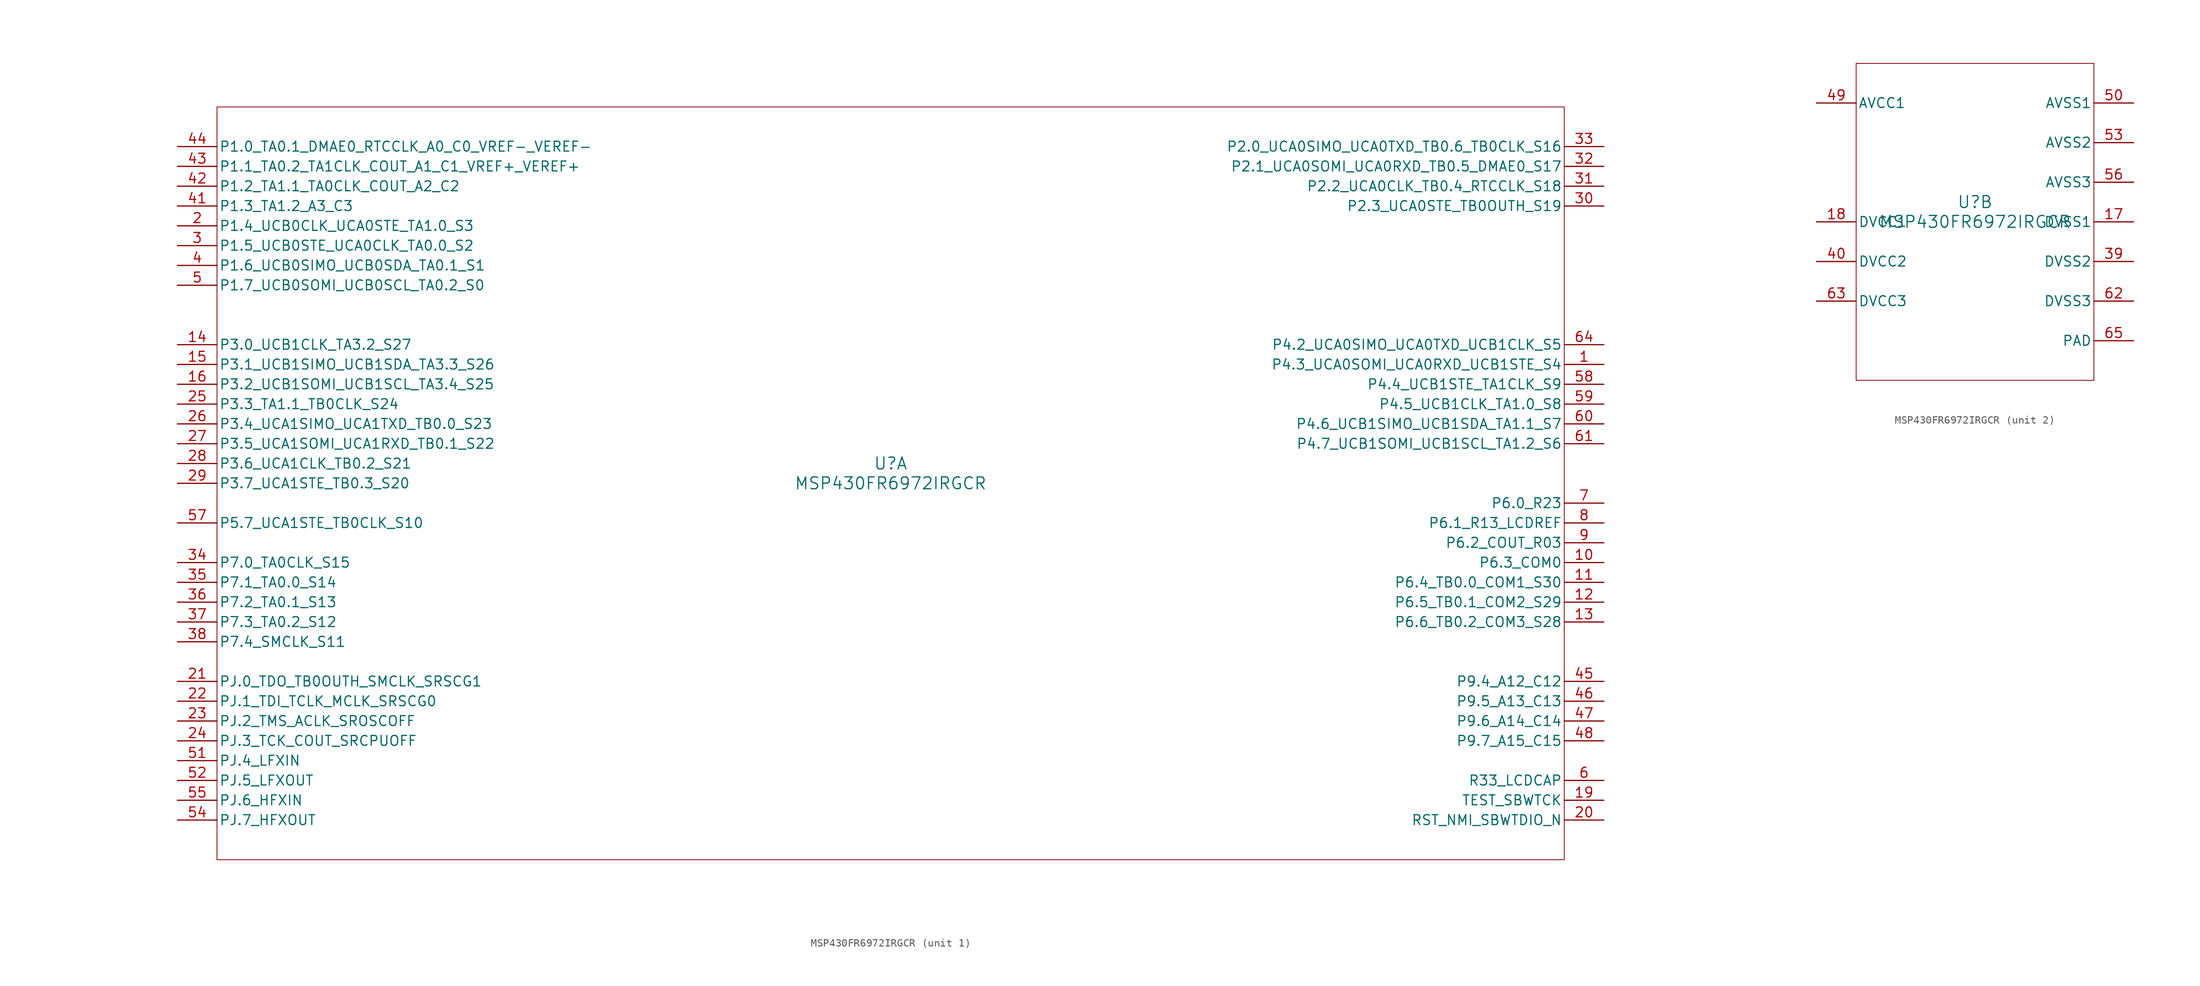
<source format=kicad_sym>
(kicad_symbol_lib
  (version 20211014)
  (generator kicad_symbol_editor)
  (symbol "MSP430FR6972IRGCR"
    (pin_names
      (offset 0.254))
    (property "Reference" "U"
      (at 0 2.54 0)
      (effects (font (size 1.524 1.524))))
    (property "Value" "MSP430FR6972IRGCR"
      (at 0 0 0)
      (effects (font (size 1.524 1.524))))
    (symbol "MSP430FR6972IRGCR_1_1"
      (polyline (pts (xy -86.36 -48.26) (xy 86.36 -48.26)) (stroke (width 0.102) (type default) (color 0 0 0 0)) (fill (type none)))
      (polyline (pts (xy 86.36 -48.26) (xy 86.36 48.26)) (stroke (width 0.102) (type default) (color 0 0 0 0)) (fill (type none)))
      (polyline (pts (xy 86.36 48.26) (xy -86.36 48.26)) (stroke (width 0.102) (type default) (color 0 0 0 0)) (fill (type none)))
      (polyline (pts (xy -86.36 48.26) (xy -86.36 -48.26)) (stroke (width 0.102) (type default) (color 0 0 0 0)) (fill (type none)))
      (pin bidirectional line (at 91.44 15.24 180) (length 5.08) (name "P4.3_UCA0SOMI_UCA0RXD_UCB1STE_S4" (effects (font (size 1.27 1.27)))) (number "1" (effects (font (size 1.27 1.27)))))
      (pin bidirectional line (at -91.44 33.02 0) (length 5.08) (name "P1.4_UCB0CLK_UCA0STE_TA1.0_S3" (effects (font (size 1.27 1.27)))) (number "2" (effects (font (size 1.27 1.27)))))
      (pin bidirectional line (at -91.44 30.48 0) (length 5.08) (name "P1.5_UCB0STE_UCA0CLK_TA0.0_S2" (effects (font (size 1.27 1.27)))) (number "3" (effects (font (size 1.27 1.27)))))
      (pin bidirectional line (at -91.44 27.94 0) (length 5.08) (name "P1.6_UCB0SIMO_UCB0SDA_TA0.1_S1" (effects (font (size 1.27 1.27)))) (number "4" (effects (font (size 1.27 1.27)))))
      (pin bidirectional line (at -91.44 25.4 0) (length 5.08) (name "P1.7_UCB0SOMI_UCB0SCL_TA0.2_S0" (effects (font (size 1.27 1.27)))) (number "5" (effects (font (size 1.27 1.27)))))
      (pin bidirectional line (at 91.44 -38.1 180) (length 5.08) (name "R33_LCDCAP" (effects (font (size 1.27 1.27)))) (number "6" (effects (font (size 1.27 1.27)))))
      (pin bidirectional line (at 91.44 -2.54 180) (length 5.08) (name "P6.0_R23" (effects (font (size 1.27 1.27)))) (number "7" (effects (font (size 1.27 1.27)))))
      (pin bidirectional line (at 91.44 -5.08 180) (length 5.08) (name "P6.1_R13_LCDREF" (effects (font (size 1.27 1.27)))) (number "8" (effects (font (size 1.27 1.27)))))
      (pin bidirectional line (at 91.44 -7.62 180) (length 5.08) (name "P6.2_COUT_R03" (effects (font (size 1.27 1.27)))) (number "9" (effects (font (size 1.27 1.27)))))
      (pin bidirectional line (at 91.44 -10.16 180) (length 5.08) (name "P6.3_COM0" (effects (font (size 1.27 1.27)))) (number "10" (effects (font (size 1.27 1.27)))))
      (pin bidirectional line (at 91.44 -12.7 180) (length 5.08) (name "P6.4_TB0.0_COM1_S30" (effects (font (size 1.27 1.27)))) (number "11" (effects (font (size 1.27 1.27)))))
      (pin bidirectional line (at 91.44 -15.24 180) (length 5.08) (name "P6.5_TB0.1_COM2_S29" (effects (font (size 1.27 1.27)))) (number "12" (effects (font (size 1.27 1.27)))))
      (pin bidirectional line (at 91.44 -17.78 180) (length 5.08) (name "P6.6_TB0.2_COM3_S28" (effects (font (size 1.27 1.27)))) (number "13" (effects (font (size 1.27 1.27)))))
      (pin bidirectional line (at -91.44 17.78 0) (length 5.08) (name "P3.0_UCB1CLK_TA3.2_S27" (effects (font (size 1.27 1.27)))) (number "14" (effects (font (size 1.27 1.27)))))
      (pin bidirectional line (at -91.44 15.24 0) (length 5.08) (name "P3.1_UCB1SIMO_UCB1SDA_TA3.3_S26" (effects (font (size 1.27 1.27)))) (number "15" (effects (font (size 1.27 1.27)))))
      (pin bidirectional line (at -91.44 12.7 0) (length 5.08) (name "P3.2_UCB1SOMI_UCB1SCL_TA3.4_S25" (effects (font (size 1.27 1.27)))) (number "16" (effects (font (size 1.27 1.27)))))
      (pin input line (at 91.44 -40.64 180) (length 5.08) (name "TEST_SBWTCK" (effects (font (size 1.27 1.27)))) (number "19" (effects (font (size 1.27 1.27)))))
      (pin bidirectional line (at 91.44 -43.18 180) (length 5.08) (name "RST_NMI_SBWTDIO_N" (effects (font (size 1.27 1.27)))) (number "20" (effects (font (size 1.27 1.27)))))
      (pin bidirectional line (at -91.44 -25.4 0) (length 5.08) (name "PJ.0_TDO_TB0OUTH_SMCLK_SRSCG1" (effects (font (size 1.27 1.27)))) (number "21" (effects (font (size 1.27 1.27)))))
      (pin bidirectional line (at -91.44 -27.94 0) (length 5.08) (name "PJ.1_TDI_TCLK_MCLK_SRSCG0" (effects (font (size 1.27 1.27)))) (number "22" (effects (font (size 1.27 1.27)))))
      (pin bidirectional line (at -91.44 -30.48 0) (length 5.08) (name "PJ.2_TMS_ACLK_SROSCOFF" (effects (font (size 1.27 1.27)))) (number "23" (effects (font (size 1.27 1.27)))))
      (pin bidirectional line (at -91.44 -33.02 0) (length 5.08) (name "PJ.3_TCK_COUT_SRCPUOFF" (effects (font (size 1.27 1.27)))) (number "24" (effects (font (size 1.27 1.27)))))
      (pin bidirectional line (at -91.44 10.16 0) (length 5.08) (name "P3.3_TA1.1_TB0CLK_S24" (effects (font (size 1.27 1.27)))) (number "25" (effects (font (size 1.27 1.27)))))
      (pin bidirectional line (at -91.44 7.62 0) (length 5.08) (name "P3.4_UCA1SIMO_UCA1TXD_TB0.0_S23" (effects (font (size 1.27 1.27)))) (number "26" (effects (font (size 1.27 1.27)))))
      (pin bidirectional line (at -91.44 5.08 0) (length 5.08) (name "P3.5_UCA1SOMI_UCA1RXD_TB0.1_S22" (effects (font (size 1.27 1.27)))) (number "27" (effects (font (size 1.27 1.27)))))
      (pin bidirectional line (at -91.44 2.54 0) (length 5.08) (name "P3.6_UCA1CLK_TB0.2_S21" (effects (font (size 1.27 1.27)))) (number "28" (effects (font (size 1.27 1.27)))))
      (pin bidirectional line (at -91.44 0 0) (length 5.08) (name "P3.7_UCA1STE_TB0.3_S20" (effects (font (size 1.27 1.27)))) (number "29" (effects (font (size 1.27 1.27)))))
      (pin bidirectional line (at 91.44 35.56 180) (length 5.08) (name "P2.3_UCA0STE_TB0OUTH_S19" (effects (font (size 1.27 1.27)))) (number "30" (effects (font (size 1.27 1.27)))))
      (pin bidirectional line (at 91.44 38.1 180) (length 5.08) (name "P2.2_UCA0CLK_TB0.4_RTCCLK_S18" (effects (font (size 1.27 1.27)))) (number "31" (effects (font (size 1.27 1.27)))))
      (pin bidirectional line (at 91.44 40.64 180) (length 5.08) (name "P2.1_UCA0SOMI_UCA0RXD_TB0.5_DMAE0_S17" (effects (font (size 1.27 1.27)))) (number "32" (effects (font (size 1.27 1.27)))))
      (pin bidirectional line (at 91.44 43.18 180) (length 5.08) (name "P2.0_UCA0SIMO_UCA0TXD_TB0.6_TB0CLK_S16" (effects (font (size 1.27 1.27)))) (number "33" (effects (font (size 1.27 1.27)))))
      (pin bidirectional line (at -91.44 -10.16 0) (length 5.08) (name "P7.0_TA0CLK_S15" (effects (font (size 1.27 1.27)))) (number "34" (effects (font (size 1.27 1.27)))))
      (pin bidirectional line (at -91.44 -12.7 0) (length 5.08) (name "P7.1_TA0.0_S14" (effects (font (size 1.27 1.27)))) (number "35" (effects (font (size 1.27 1.27)))))
      (pin bidirectional line (at -91.44 -15.24 0) (length 5.08) (name "P7.2_TA0.1_S13" (effects (font (size 1.27 1.27)))) (number "36" (effects (font (size 1.27 1.27)))))
      (pin bidirectional line (at -91.44 -17.78 0) (length 5.08) (name "P7.3_TA0.2_S12" (effects (font (size 1.27 1.27)))) (number "37" (effects (font (size 1.27 1.27)))))
      (pin bidirectional line (at -91.44 -20.32 0) (length 5.08) (name "P7.4_SMCLK_S11" (effects (font (size 1.27 1.27)))) (number "38" (effects (font (size 1.27 1.27)))))
      (pin bidirectional line (at -91.44 35.56 0) (length 5.08) (name "P1.3_TA1.2_A3_C3" (effects (font (size 1.27 1.27)))) (number "41" (effects (font (size 1.27 1.27)))))
      (pin bidirectional line (at -91.44 38.1 0) (length 5.08) (name "P1.2_TA1.1_TA0CLK_COUT_A2_C2" (effects (font (size 1.27 1.27)))) (number "42" (effects (font (size 1.27 1.27)))))
      (pin bidirectional line (at -91.44 40.64 0) (length 5.08) (name "P1.1_TA0.2_TA1CLK_COUT_A1_C1_VREF+_VEREF+" (effects (font (size 1.27 1.27)))) (number "43" (effects (font (size 1.27 1.27)))))
      (pin bidirectional line (at -91.44 43.18 0) (length 5.08) (name "P1.0_TA0.1_DMAE0_RTCCLK_A0_C0_VREF-_VEREF-" (effects (font (size 1.27 1.27)))) (number "44" (effects (font (size 1.27 1.27)))))
      (pin bidirectional line (at 91.44 -25.4 180) (length 5.08) (name "P9.4_A12_C12" (effects (font (size 1.27 1.27)))) (number "45" (effects (font (size 1.27 1.27)))))
      (pin bidirectional line (at 91.44 -27.94 180) (length 5.08) (name "P9.5_A13_C13" (effects (font (size 1.27 1.27)))) (number "46" (effects (font (size 1.27 1.27)))))
      (pin bidirectional line (at 91.44 -30.48 180) (length 5.08) (name "P9.6_A14_C14" (effects (font (size 1.27 1.27)))) (number "47" (effects (font (size 1.27 1.27)))))
      (pin bidirectional line (at 91.44 -33.02 180) (length 5.08) (name "P9.7_A15_C15" (effects (font (size 1.27 1.27)))) (number "48" (effects (font (size 1.27 1.27)))))
      (pin bidirectional line (at -91.44 -35.56 0) (length 5.08) (name "PJ.4_LFXIN" (effects (font (size 1.27 1.27)))) (number "51" (effects (font (size 1.27 1.27)))))
      (pin bidirectional line (at -91.44 -38.1 0) (length 5.08) (name "PJ.5_LFXOUT" (effects (font (size 1.27 1.27)))) (number "52" (effects (font (size 1.27 1.27)))))
      (pin bidirectional line (at -91.44 -43.18 0) (length 5.08) (name "PJ.7_HFXOUT" (effects (font (size 1.27 1.27)))) (number "54" (effects (font (size 1.27 1.27)))))
      (pin bidirectional line (at -91.44 -40.64 0) (length 5.08) (name "PJ.6_HFXIN" (effects (font (size 1.27 1.27)))) (number "55" (effects (font (size 1.27 1.27)))))
      (pin bidirectional line (at -91.44 -5.08 0) (length 5.08) (name "P5.7_UCA1STE_TB0CLK_S10" (effects (font (size 1.27 1.27)))) (number "57" (effects (font (size 1.27 1.27)))))
      (pin bidirectional line (at 91.44 12.7 180) (length 5.08) (name "P4.4_UCB1STE_TA1CLK_S9" (effects (font (size 1.27 1.27)))) (number "58" (effects (font (size 1.27 1.27)))))
      (pin bidirectional line (at 91.44 10.16 180) (length 5.08) (name "P4.5_UCB1CLK_TA1.0_S8" (effects (font (size 1.27 1.27)))) (number "59" (effects (font (size 1.27 1.27)))))
      (pin bidirectional line (at 91.44 7.62 180) (length 5.08) (name "P4.6_UCB1SIMO_UCB1SDA_TA1.1_S7" (effects (font (size 1.27 1.27)))) (number "60" (effects (font (size 1.27 1.27)))))
      (pin bidirectional line (at 91.44 5.08 180) (length 5.08) (name "P4.7_UCB1SOMI_UCB1SCL_TA1.2_S6" (effects (font (size 1.27 1.27)))) (number "61" (effects (font (size 1.27 1.27)))))
      (pin bidirectional line (at 91.44 17.78 180) (length 5.08) (name "P4.2_UCA0SIMO_UCA0TXD_UCB1CLK_S5" (effects (font (size 1.27 1.27)))) (number "64" (effects (font (size 1.27 1.27))))))
    (symbol "MSP430FR6972IRGCR_2_1"
      (polyline (pts (xy -15.24 -20.32) (xy 15.24 -20.32)) (stroke (width 0.102) (type default) (color 0 0 0 0)) (fill (type none)))
      (polyline (pts (xy 15.24 -20.32) (xy 15.24 20.32)) (stroke (width 0.102) (type default) (color 0 0 0 0)) (fill (type none)))
      (polyline (pts (xy 15.24 20.32) (xy -15.24 20.32)) (stroke (width 0.102) (type default) (color 0 0 0 0)) (fill (type none)))
      (polyline (pts (xy -15.24 20.32) (xy -15.24 -20.32)) (stroke (width 0.102) (type default) (color 0 0 0 0)) (fill (type none)))
      (pin power_in line (at 20.32 0 180) (length 5.08) (name "DVSS1" (effects (font (size 1.27 1.27)))) (number "17" (effects (font (size 1.27 1.27)))))
      (pin power_in line (at -20.32 0 0) (length 5.08) (name "DVCC1" (effects (font (size 1.27 1.27)))) (number "18" (effects (font (size 1.27 1.27)))))
      (pin power_in line (at 20.32 -5.08 180) (length 5.08) (name "DVSS2" (effects (font (size 1.27 1.27)))) (number "39" (effects (font (size 1.27 1.27)))))
      (pin power_in line (at -20.32 -5.08 0) (length 5.08) (name "DVCC2" (effects (font (size 1.27 1.27)))) (number "40" (effects (font (size 1.27 1.27)))))
      (pin power_in line (at -20.32 15.24 0) (length 5.08) (name "AVCC1" (effects (font (size 1.27 1.27)))) (number "49" (effects (font (size 1.27 1.27)))))
      (pin power_in line (at 20.32 15.24 180) (length 5.08) (name "AVSS1" (effects (font (size 1.27 1.27)))) (number "50" (effects (font (size 1.27 1.27)))))
      (pin unspecified line (at 20.32 10.16 180) (length 5.08) (name "AVSS2" (effects (font (size 1.27 1.27)))) (number "53" (effects (font (size 1.27 1.27)))))
      (pin power_in line (at 20.32 5.08 180) (length 5.08) (name "AVSS3" (effects (font (size 1.27 1.27)))) (number "56" (effects (font (size 1.27 1.27)))))
      (pin power_in line (at 20.32 -10.16 180) (length 5.08) (name "DVSS3" (effects (font (size 1.27 1.27)))) (number "62" (effects (font (size 1.27 1.27)))))
      (pin power_in line (at -20.32 -10.16 0) (length 5.08) (name "DVCC3" (effects (font (size 1.27 1.27)))) (number "63" (effects (font (size 1.27 1.27)))))
      (pin power_in line (at 20.32 -15.24 180) (length 5.08) (name "PAD" (effects (font (size 1.27 1.27)))) (number "65" (effects (font (size 1.27 1.27))))))))
</source>
